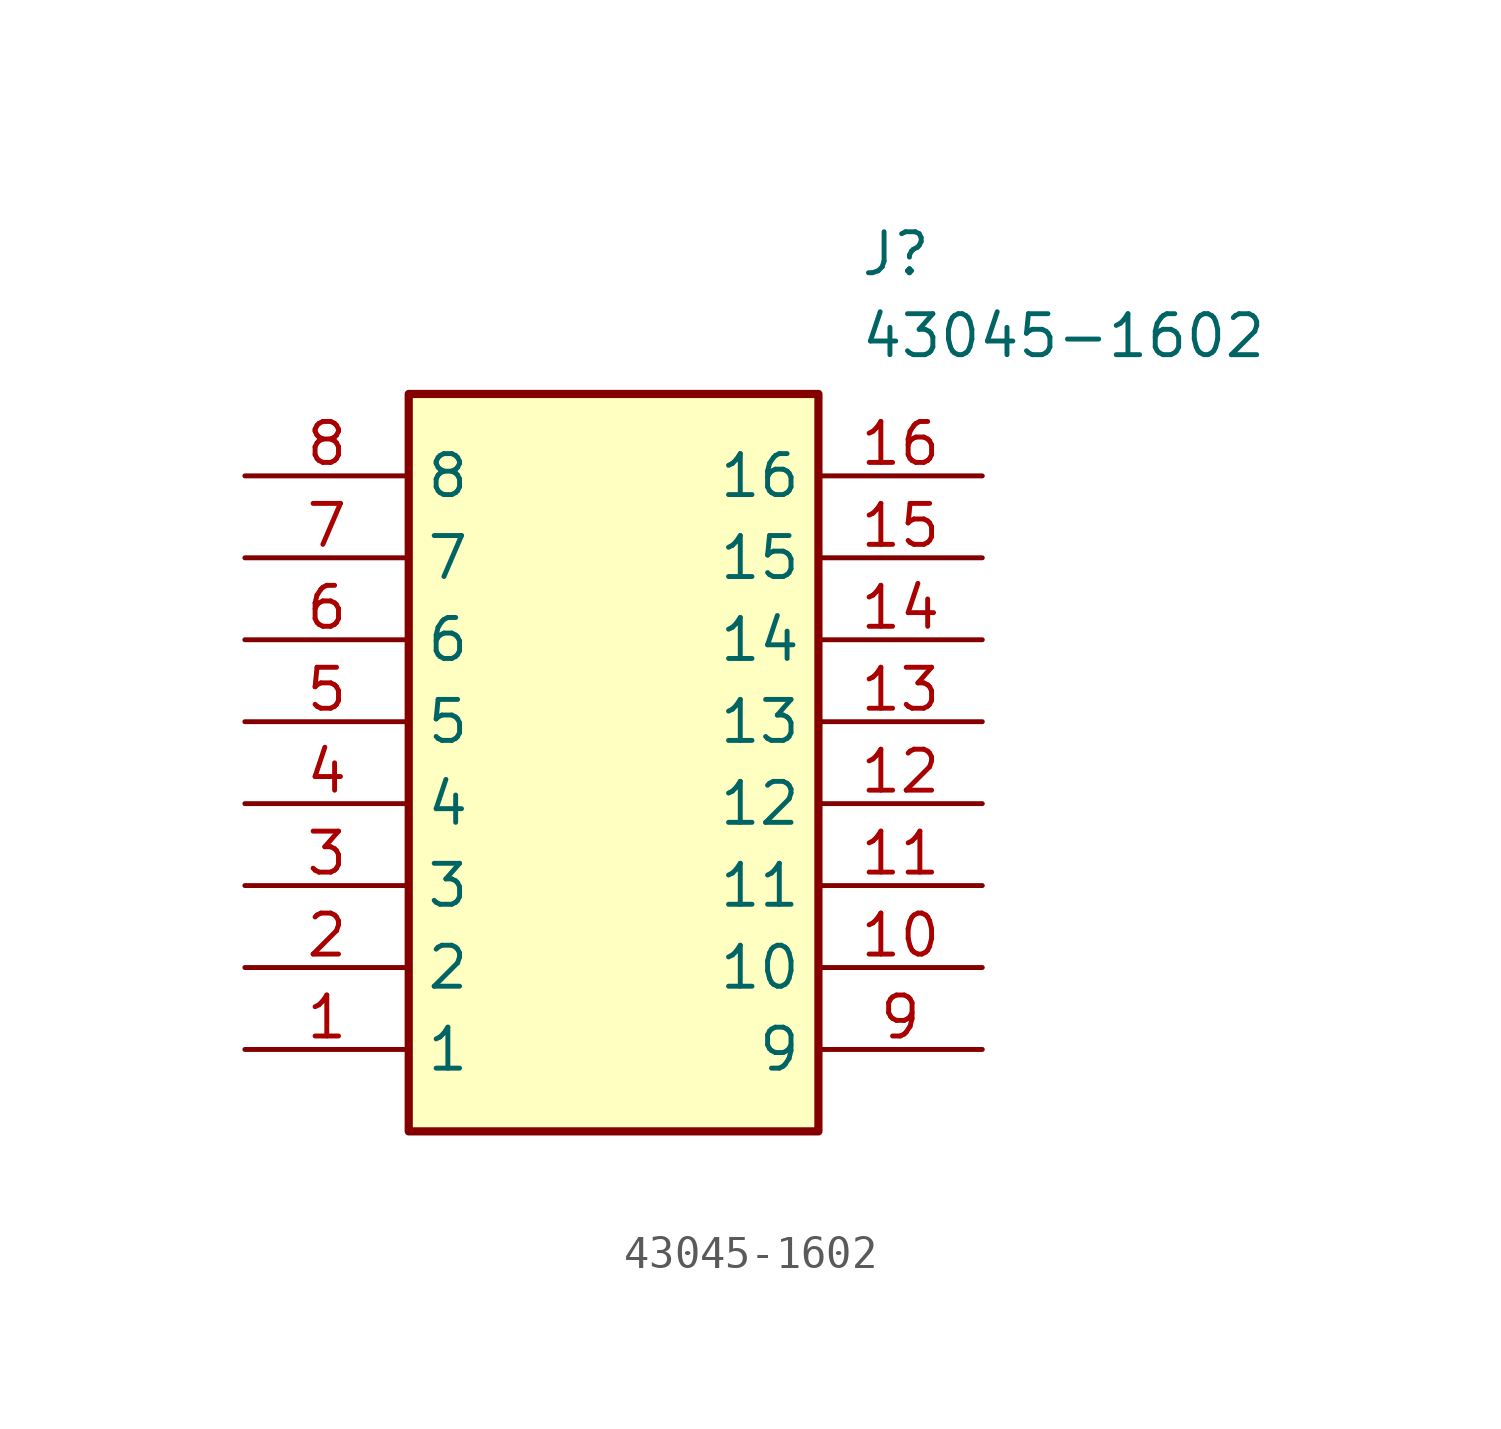
<source format=kicad_sym>
(kicad_symbol_lib
  (version 20211014)
  (generator SamacSys_ECAD_Model)
  (symbol "43045-1602"
    (property "Reference" "J"
      (at 19.05 7.62 0)
      (effects (font (size 1.27 1.27)) (justify left top)))
    (property "Value" "43045-1602"
      (at 19.05 5.08 0)
      (effects (font (size 1.27 1.27)) (justify left top)))
    (rectangle
      (start 5.08 2.54)
      (end 17.78 -20.32)
      (stroke (width 0.254) (type default))
      (fill (type background)))
    (pin passive line
      (at 0 -17.78 0)
      (length 5.08)
      (name "1" (effects (font (size 1.27 1.27))))
      (number "1" (effects (font (size 1.27 1.27)))))
    (pin passive line
      (at 0 -15.24 0)
      (length 5.08)
      (name "2" (effects (font (size 1.27 1.27))))
      (number "2" (effects (font (size 1.27 1.27)))))
    (pin passive line
      (at 0 -12.7 0)
      (length 5.08)
      (name "3" (effects (font (size 1.27 1.27))))
      (number "3" (effects (font (size 1.27 1.27)))))
    (pin passive line
      (at 0 -10.16 0)
      (length 5.08)
      (name "4" (effects (font (size 1.27 1.27))))
      (number "4" (effects (font (size 1.27 1.27)))))
    (pin passive line
      (at 0 -7.62 0)
      (length 5.08)
      (name "5" (effects (font (size 1.27 1.27))))
      (number "5" (effects (font (size 1.27 1.27)))))
    (pin passive line
      (at 0 -5.08 0)
      (length 5.08)
      (name "6" (effects (font (size 1.27 1.27))))
      (number "6" (effects (font (size 1.27 1.27)))))
    (pin passive line
      (at 0 -2.54 0)
      (length 5.08)
      (name "7" (effects (font (size 1.27 1.27))))
      (number "7" (effects (font (size 1.27 1.27)))))
    (pin passive line
      (at 0 0 0)
      (length 5.08)
      (name "8" (effects (font (size 1.27 1.27))))
      (number "8" (effects (font (size 1.27 1.27)))))
    (pin passive line
      (at 22.86 -17.78 180)
      (length 5.08)
      (name "9" (effects (font (size 1.27 1.27))))
      (number "9" (effects (font (size 1.27 1.27)))))
    (pin passive line
      (at 22.86 -15.24 180)
      (length 5.08)
      (name "10" (effects (font (size 1.27 1.27))))
      (number "10" (effects (font (size 1.27 1.27)))))
    (pin passive line
      (at 22.86 -12.7 180)
      (length 5.08)
      (name "11" (effects (font (size 1.27 1.27))))
      (number "11" (effects (font (size 1.27 1.27)))))
    (pin passive line
      (at 22.86 -10.16 180)
      (length 5.08)
      (name "12" (effects (font (size 1.27 1.27))))
      (number "12" (effects (font (size 1.27 1.27)))))
    (pin passive line
      (at 22.86 -7.62 180)
      (length 5.08)
      (name "13" (effects (font (size 1.27 1.27))))
      (number "13" (effects (font (size 1.27 1.27)))))
    (pin passive line
      (at 22.86 -5.08 180)
      (length 5.08)
      (name "14" (effects (font (size 1.27 1.27))))
      (number "14" (effects (font (size 1.27 1.27)))))
    (pin passive line
      (at 22.86 -2.54 180)
      (length 5.08)
      (name "15" (effects (font (size 1.27 1.27))))
      (number "15" (effects (font (size 1.27 1.27)))))
    (pin passive line
      (at 22.86 0 180)
      (length 5.08)
      (name "16" (effects (font (size 1.27 1.27))))
      (number "16" (effects (font (size 1.27 1.27)))))))
</source>
